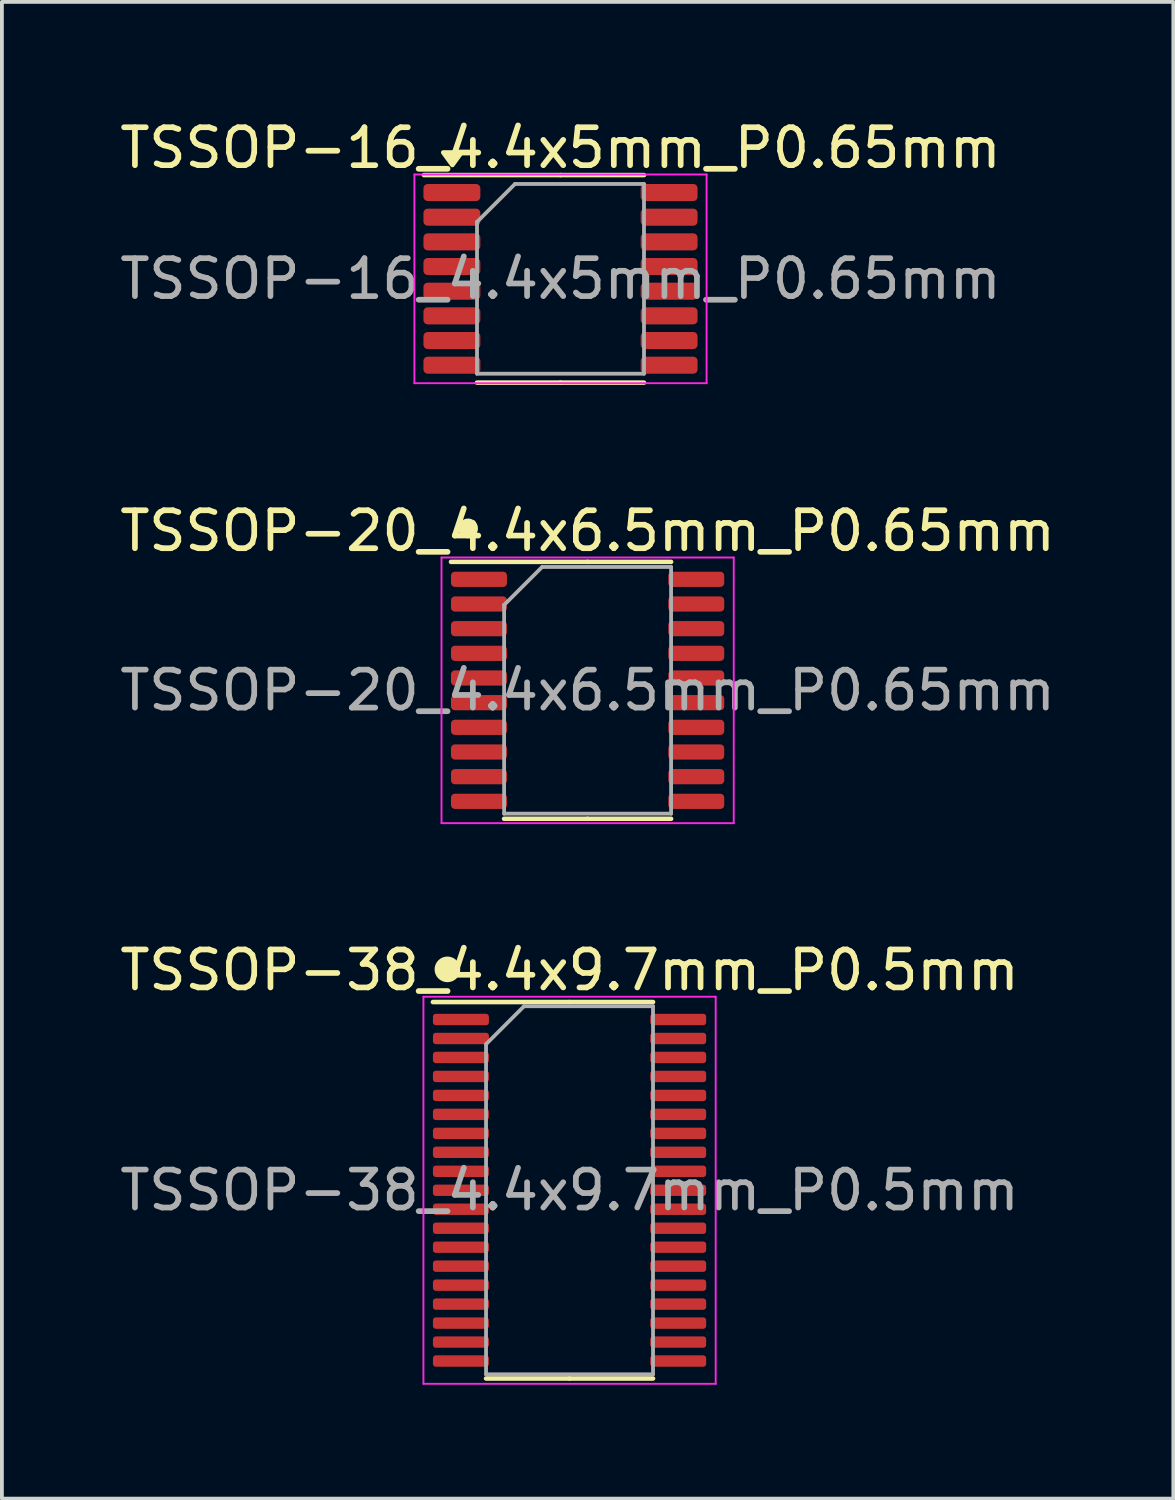
<source format=kicad_pcb>
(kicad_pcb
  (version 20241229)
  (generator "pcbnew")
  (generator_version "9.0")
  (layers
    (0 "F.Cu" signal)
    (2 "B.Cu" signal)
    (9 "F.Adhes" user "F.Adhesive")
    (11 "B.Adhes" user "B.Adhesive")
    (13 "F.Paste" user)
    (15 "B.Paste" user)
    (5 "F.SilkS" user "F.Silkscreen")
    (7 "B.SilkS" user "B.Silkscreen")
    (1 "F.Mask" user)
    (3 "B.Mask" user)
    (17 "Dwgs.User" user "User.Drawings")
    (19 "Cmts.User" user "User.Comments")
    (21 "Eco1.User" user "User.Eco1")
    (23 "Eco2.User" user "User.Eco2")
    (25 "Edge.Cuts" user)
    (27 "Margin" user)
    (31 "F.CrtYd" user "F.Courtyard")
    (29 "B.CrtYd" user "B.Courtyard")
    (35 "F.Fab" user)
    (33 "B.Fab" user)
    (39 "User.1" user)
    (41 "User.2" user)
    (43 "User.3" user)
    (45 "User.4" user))
  (footprint "TSSOP-20_4.4x6.5mm_P0.65mm"
    (layer "F.Cu")
    (at 9.572 12.216)
    (property "Reference" "TSSOP-20_4.4x6.5mm_P0.65mm" (at 2.862 -1.275 0) (layer "F.SilkS") (effects (font (size 1 1) (thickness 0.15))))
    (attr smd)
    (fp_line (start 2.862 -0.46) (end -0.738 -0.46) (stroke (width 0.12) (type solid)) (layer "F.SilkS"))
    (fp_line (start 2.862 -0.46) (end 5.062 -0.46) (stroke (width 0.12) (type solid)) (layer "F.SilkS"))
    (fp_line (start 2.862 6.31) (end 0.662 6.31) (stroke (width 0.12) (type solid)) (layer "F.SilkS"))
    (fp_line (start 2.862 6.31) (end 5.062 6.31) (stroke (width 0.12) (type solid)) (layer "F.SilkS"))
    (fp_circle (center -0.287 -1.342) (end -0.087 -1.342) (stroke (width 0.12) (type solid)) (fill yes) (layer "F.SilkS"))
    (fp_line (start -0.988 -0.575) (end -0.988 6.425) (stroke (width 0.05) (type solid)) (layer "F.CrtYd"))
    (fp_line (start -0.988 6.425) (end 6.713 6.425) (stroke (width 0.05) (type solid)) (layer "F.CrtYd"))
    (fp_line (start 6.713 -0.575) (end -0.988 -0.575) (stroke (width 0.05) (type solid)) (layer "F.CrtYd"))
    (fp_line (start 6.713 6.425) (end 6.713 -0.575) (stroke (width 0.05) (type solid)) (layer "F.CrtYd"))
    (fp_line (start 0.662 0.675) (end 1.663 -0.325) (stroke (width 0.1) (type solid)) (layer "F.Fab"))
    (fp_line (start 0.662 6.175) (end 0.662 0.675) (stroke (width 0.1) (type solid)) (layer "F.Fab"))
    (fp_line (start 1.663 -0.325) (end 5.062 -0.325) (stroke (width 0.1) (type solid)) (layer "F.Fab"))
    (fp_line (start 5.062 -0.325) (end 5.062 6.175) (stroke (width 0.1) (type solid)) (layer "F.Fab"))
    (fp_line (start 5.062 6.175) (end 0.662 6.175) (stroke (width 0.1) (type solid)) (layer "F.Fab"))
    (fp_text user "${REFERENCE}" (at 2.862 2.925 0) (layer "F.Fab") (effects (font (size 1 1) (thickness 0.15))))
    (pad "1" smd roundrect (at 0 0) (size 1.475 0.4) (layers "F.Cu" "F.Mask" "F.Paste") (roundrect_rratio 0.25))
    (pad "2" smd roundrect (at 0 0.65) (size 1.475 0.4) (layers "F.Cu" "F.Mask" "F.Paste") (roundrect_rratio 0.25))
    (pad "3" smd roundrect (at 0 1.3) (size 1.475 0.4) (layers "F.Cu" "F.Mask" "F.Paste") (roundrect_rratio 0.25))
    (pad "4" smd roundrect (at 0 1.95) (size 1.475 0.4) (layers "F.Cu" "F.Mask" "F.Paste") (roundrect_rratio 0.25))
    (pad "5" smd roundrect (at 0 2.6) (size 1.475 0.4) (layers "F.Cu" "F.Mask" "F.Paste") (roundrect_rratio 0.25))
    (pad "6" smd roundrect (at 0 3.25) (size 1.475 0.4) (layers "F.Cu" "F.Mask" "F.Paste") (roundrect_rratio 0.25))
    (pad "7" smd roundrect (at 0 3.9) (size 1.475 0.4) (layers "F.Cu" "F.Mask" "F.Paste") (roundrect_rratio 0.25))
    (pad "8" smd roundrect (at 0 4.55) (size 1.475 0.4) (layers "F.Cu" "F.Mask" "F.Paste") (roundrect_rratio 0.25))
    (pad "9" smd roundrect (at 0 5.2) (size 1.475 0.4) (layers "F.Cu" "F.Mask" "F.Paste") (roundrect_rratio 0.25))
    (pad "10" smd roundrect (at 0 5.85) (size 1.475 0.4) (layers "F.Cu" "F.Mask" "F.Paste") (roundrect_rratio 0.25))
    (pad "11" smd roundrect (at 5.725 5.85) (size 1.475 0.4) (layers "F.Cu" "F.Mask" "F.Paste") (roundrect_rratio 0.25))
    (pad "12" smd roundrect (at 5.725 5.2) (size 1.475 0.4) (layers "F.Cu" "F.Mask" "F.Paste") (roundrect_rratio 0.25))
    (pad "13" smd roundrect (at 5.725 4.55) (size 1.475 0.4) (layers "F.Cu" "F.Mask" "F.Paste") (roundrect_rratio 0.25))
    (pad "14" smd roundrect (at 5.725 3.9) (size 1.475 0.4) (layers "F.Cu" "F.Mask" "F.Paste") (roundrect_rratio 0.25))
    (pad "15" smd roundrect (at 5.725 3.25) (size 1.475 0.4) (layers "F.Cu" "F.Mask" "F.Paste") (roundrect_rratio 0.25))
    (pad "16" smd roundrect (at 5.725 2.6) (size 1.475 0.4) (layers "F.Cu" "F.Mask" "F.Paste") (roundrect_rratio 0.25))
    (pad "17" smd roundrect (at 5.725 1.95) (size 1.475 0.4) (layers "F.Cu" "F.Mask" "F.Paste") (roundrect_rratio 0.25))
    (pad "18" smd roundrect (at 5.725 1.3) (size 1.475 0.4) (layers "F.Cu" "F.Mask" "F.Paste") (roundrect_rratio 0.25))
    (pad "19" smd roundrect (at 5.725 0.65) (size 1.475 0.4) (layers "F.Cu" "F.Mask" "F.Paste") (roundrect_rratio 0.25))
    (pad "20" smd roundrect (at 5.725 0) (size 1.475 0.4) (layers "F.Cu" "F.Mask" "F.Paste") (roundrect_rratio 0.25)))
  (footprint "TSSOP-16_4.4x5mm_P0.65mm"
    (layer "F.Cu")
    (at 11.72 4.298)
    (property "Reference" "TSSOP-16_4.4x5mm_P0.65mm" (at 0 -3.45 0) (layer "F.SilkS") (effects (font (size 1 1) (thickness 0.15))))
    (attr smd)
    (fp_line (start 0 -2.735) (end -3.6 -2.735) (stroke (width 0.12) (type solid)) (layer "F.SilkS"))
    (fp_line (start 0 -2.735) (end 2.2 -2.735) (stroke (width 0.12) (type solid)) (layer "F.SilkS"))
    (fp_line (start 0 2.735) (end -2.2 2.735) (stroke (width 0.12) (type solid)) (layer "F.SilkS"))
    (fp_line (start 0 2.735) (end 2.2 2.735) (stroke (width 0.12) (type solid)) (layer "F.SilkS"))
    (fp_poly (pts (xy -2.85 -3) (xy -3.09 -3.33) (xy -2.61 -3.33) (xy -2.85 -3)) (stroke (width 0.12) (type solid)) (fill yes) (layer "F.SilkS"))
    (fp_line (start -3.85 -2.75) (end -3.85 2.75) (stroke (width 0.05) (type solid)) (layer "F.CrtYd"))
    (fp_line (start -3.85 2.75) (end 3.85 2.75) (stroke (width 0.05) (type solid)) (layer "F.CrtYd"))
    (fp_line (start 3.85 -2.75) (end -3.85 -2.75) (stroke (width 0.05) (type solid)) (layer "F.CrtYd"))
    (fp_line (start 3.85 2.75) (end 3.85 -2.75) (stroke (width 0.05) (type solid)) (layer "F.CrtYd"))
    (fp_line (start -2.2 -1.5) (end -1.2 -2.5) (stroke (width 0.1) (type solid)) (layer "F.Fab"))
    (fp_line (start -2.2 2.5) (end -2.2 -1.5) (stroke (width 0.1) (type solid)) (layer "F.Fab"))
    (fp_line (start -1.2 -2.5) (end 2.2 -2.5) (stroke (width 0.1) (type solid)) (layer "F.Fab"))
    (fp_line (start 2.2 -2.5) (end 2.2 2.5) (stroke (width 0.1) (type solid)) (layer "F.Fab"))
    (fp_line (start 2.2 2.5) (end -2.2 2.5) (stroke (width 0.1) (type solid)) (layer "F.Fab"))
    (fp_text user "${REFERENCE}" (at 0 0 0) (layer "F.Fab") (effects (font (size 1 1) (thickness 0.15))))
    (pad "1" smd roundrect (at -2.862 -2.275) (size 1.5 0.45) (layers "F.Cu" "F.Mask" "F.Paste") (roundrect_rratio 0.25))
    (pad "2" smd roundrect (at -2.862 -1.625) (size 1.5 0.45) (layers "F.Cu" "F.Mask" "F.Paste") (roundrect_rratio 0.25))
    (pad "3" smd roundrect (at -2.862 -0.975) (size 1.5 0.45) (layers "F.Cu" "F.Mask" "F.Paste") (roundrect_rratio 0.25))
    (pad "4" smd roundrect (at -2.862 -0.325) (size 1.5 0.45) (layers "F.Cu" "F.Mask" "F.Paste") (roundrect_rratio 0.25))
    (pad "5" smd roundrect (at -2.862 0.325) (size 1.5 0.45) (layers "F.Cu" "F.Mask" "F.Paste") (roundrect_rratio 0.25))
    (pad "6" smd roundrect (at -2.862 0.975) (size 1.5 0.45) (layers "F.Cu" "F.Mask" "F.Paste") (roundrect_rratio 0.25))
    (pad "7" smd roundrect (at -2.862 1.625) (size 1.5 0.45) (layers "F.Cu" "F.Mask" "F.Paste") (roundrect_rratio 0.25))
    (pad "8" smd roundrect (at -2.862 2.275) (size 1.5 0.45) (layers "F.Cu" "F.Mask" "F.Paste") (roundrect_rratio 0.25))
    (pad "9" smd roundrect (at 2.862 2.275) (size 1.5 0.45) (layers "F.Cu" "F.Mask" "F.Paste") (roundrect_rratio 0.25))
    (pad "10" smd roundrect (at 2.862 1.625) (size 1.5 0.45) (layers "F.Cu" "F.Mask" "F.Paste") (roundrect_rratio 0.25))
    (pad "11" smd roundrect (at 2.862 0.975) (size 1.5 0.45) (layers "F.Cu" "F.Mask" "F.Paste") (roundrect_rratio 0.25))
    (pad "12" smd roundrect (at 2.862 0.325) (size 1.5 0.45) (layers "F.Cu" "F.Mask" "F.Paste") (roundrect_rratio 0.25))
    (pad "13" smd roundrect (at 2.862 -0.325) (size 1.5 0.45) (layers "F.Cu" "F.Mask" "F.Paste") (roundrect_rratio 0.25))
    (pad "14" smd roundrect (at 2.862 -0.975) (size 1.5 0.45) (layers "F.Cu" "F.Mask" "F.Paste") (roundrect_rratio 0.25))
    (pad "15" smd roundrect (at 2.862 -1.625) (size 1.5 0.45) (layers "F.Cu" "F.Mask" "F.Paste") (roundrect_rratio 0.25))
    (pad "16" smd roundrect (at 2.862 -2.275) (size 1.5 0.45) (layers "F.Cu" "F.Mask" "F.Paste") (roundrect_rratio 0.25)))
  (footprint "TSSOP-38_4.4x9.7mm_P0.5mm"
    (layer "F.Cu")
    (at 9.096 23.815)
    (property "Reference" "TSSOP-38_4.4x9.7mm_P0.5mm" (at 2.862 -1.3 0) (layer "F.SilkS") (effects (font (size 1 1) (thickness 0.15))))
    (attr smd)
    (fp_line (start 2.862 -0.46) (end -0.738 -0.46) (stroke (width 0.12) (type solid)) (layer "F.SilkS"))
    (fp_line (start 2.862 -0.46) (end 5.062 -0.46) (stroke (width 0.12) (type solid)) (layer "F.SilkS"))
    (fp_line (start 2.862 9.46) (end 0.662 9.46) (stroke (width 0.12) (type solid)) (layer "F.SilkS"))
    (fp_line (start 2.862 9.46) (end 5.062 9.46) (stroke (width 0.12) (type solid)) (layer "F.SilkS"))
    (fp_circle (center -0.356 -1.321) (end -0.078 -1.321) (stroke (width 0.12) (type solid)) (fill yes) (layer "F.SilkS"))
    (fp_line (start -0.988 -0.6) (end -0.988 9.6) (stroke (width 0.05) (type solid)) (layer "F.CrtYd"))
    (fp_line (start -0.988 9.6) (end 6.713 9.6) (stroke (width 0.05) (type solid)) (layer "F.CrtYd"))
    (fp_line (start 6.713 -0.6) (end -0.988 -0.6) (stroke (width 0.05) (type solid)) (layer "F.CrtYd"))
    (fp_line (start 6.713 9.6) (end 6.713 -0.6) (stroke (width 0.05) (type solid)) (layer "F.CrtYd"))
    (fp_line (start 0.662 0.65) (end 1.663 -0.35) (stroke (width 0.1) (type solid)) (layer "F.Fab"))
    (fp_line (start 0.662 9.35) (end 0.662 0.65) (stroke (width 0.1) (type solid)) (layer "F.Fab"))
    (fp_line (start 1.663 -0.35) (end 5.062 -0.35) (stroke (width 0.1) (type solid)) (layer "F.Fab"))
    (fp_line (start 5.062 -0.35) (end 5.062 9.35) (stroke (width 0.1) (type solid)) (layer "F.Fab"))
    (fp_line (start 5.062 9.35) (end 0.662 9.35) (stroke (width 0.1) (type solid)) (layer "F.Fab"))
    (fp_text user "${REFERENCE}" (at 2.862 4.5 0) (layer "F.Fab") (effects (font (size 1 1) (thickness 0.15))))
    (pad "1" smd roundrect (at 0 0) (size 1.475 0.3) (layers "F.Cu" "F.Mask" "F.Paste") (roundrect_rratio 0.25))
    (pad "2" smd roundrect (at 0 0.5) (size 1.475 0.3) (layers "F.Cu" "F.Mask" "F.Paste") (roundrect_rratio 0.25))
    (pad "3" smd roundrect (at 0 1) (size 1.475 0.3) (layers "F.Cu" "F.Mask" "F.Paste") (roundrect_rratio 0.25))
    (pad "4" smd roundrect (at 0 1.5) (size 1.475 0.3) (layers "F.Cu" "F.Mask" "F.Paste") (roundrect_rratio 0.25))
    (pad "5" smd roundrect (at 0 2) (size 1.475 0.3) (layers "F.Cu" "F.Mask" "F.Paste") (roundrect_rratio 0.25))
    (pad "6" smd roundrect (at 0 2.5) (size 1.475 0.3) (layers "F.Cu" "F.Mask" "F.Paste") (roundrect_rratio 0.25))
    (pad "7" smd roundrect (at 0 3) (size 1.475 0.3) (layers "F.Cu" "F.Mask" "F.Paste") (roundrect_rratio 0.25))
    (pad "8" smd roundrect (at 0 3.5) (size 1.475 0.3) (layers "F.Cu" "F.Mask" "F.Paste") (roundrect_rratio 0.25))
    (pad "9" smd roundrect (at 0 4) (size 1.475 0.3) (layers "F.Cu" "F.Mask" "F.Paste") (roundrect_rratio 0.25))
    (pad "10" smd roundrect (at 0 4.5) (size 1.475 0.3) (layers "F.Cu" "F.Mask" "F.Paste") (roundrect_rratio 0.25))
    (pad "11" smd roundrect (at 0 5) (size 1.475 0.3) (layers "F.Cu" "F.Mask" "F.Paste") (roundrect_rratio 0.25))
    (pad "12" smd roundrect (at 0 5.5) (size 1.475 0.3) (layers "F.Cu" "F.Mask" "F.Paste") (roundrect_rratio 0.25))
    (pad "13" smd roundrect (at 0 6) (size 1.475 0.3) (layers "F.Cu" "F.Mask" "F.Paste") (roundrect_rratio 0.25))
    (pad "14" smd roundrect (at 0 6.5) (size 1.475 0.3) (layers "F.Cu" "F.Mask" "F.Paste") (roundrect_rratio 0.25))
    (pad "15" smd roundrect (at 0 7) (size 1.475 0.3) (layers "F.Cu" "F.Mask" "F.Paste") (roundrect_rratio 0.25))
    (pad "16" smd roundrect (at 0 7.5) (size 1.475 0.3) (layers "F.Cu" "F.Mask" "F.Paste") (roundrect_rratio 0.25))
    (pad "17" smd roundrect (at 0 8) (size 1.475 0.3) (layers "F.Cu" "F.Mask" "F.Paste") (roundrect_rratio 0.25))
    (pad "18" smd roundrect (at 0 8.5) (size 1.475 0.3) (layers "F.Cu" "F.Mask" "F.Paste") (roundrect_rratio 0.25))
    (pad "19" smd roundrect (at 0 9) (size 1.475 0.3) (layers "F.Cu" "F.Mask" "F.Paste") (roundrect_rratio 0.25))
    (pad "20" smd roundrect (at 5.725 9) (size 1.475 0.3) (layers "F.Cu" "F.Mask" "F.Paste") (roundrect_rratio 0.25))
    (pad "21" smd roundrect (at 5.725 8.5) (size 1.475 0.3) (layers "F.Cu" "F.Mask" "F.Paste") (roundrect_rratio 0.25))
    (pad "22" smd roundrect (at 5.725 8) (size 1.475 0.3) (layers "F.Cu" "F.Mask" "F.Paste") (roundrect_rratio 0.25))
    (pad "23" smd roundrect (at 5.725 7.5) (size 1.475 0.3) (layers "F.Cu" "F.Mask" "F.Paste") (roundrect_rratio 0.25))
    (pad "24" smd roundrect (at 5.725 7) (size 1.475 0.3) (layers "F.Cu" "F.Mask" "F.Paste") (roundrect_rratio 0.25))
    (pad "25" smd roundrect (at 5.725 6.5) (size 1.475 0.3) (layers "F.Cu" "F.Mask" "F.Paste") (roundrect_rratio 0.25))
    (pad "26" smd roundrect (at 5.725 6) (size 1.475 0.3) (layers "F.Cu" "F.Mask" "F.Paste") (roundrect_rratio 0.25))
    (pad "27" smd roundrect (at 5.725 5.5) (size 1.475 0.3) (layers "F.Cu" "F.Mask" "F.Paste") (roundrect_rratio 0.25))
    (pad "28" smd roundrect (at 5.725 5) (size 1.475 0.3) (layers "F.Cu" "F.Mask" "F.Paste") (roundrect_rratio 0.25))
    (pad "29" smd roundrect (at 5.725 4.5) (size 1.475 0.3) (layers "F.Cu" "F.Mask" "F.Paste") (roundrect_rratio 0.25))
    (pad "30" smd roundrect (at 5.725 4) (size 1.475 0.3) (layers "F.Cu" "F.Mask" "F.Paste") (roundrect_rratio 0.25))
    (pad "31" smd roundrect (at 5.725 3.5) (size 1.475 0.3) (layers "F.Cu" "F.Mask" "F.Paste") (roundrect_rratio 0.25))
    (pad "32" smd roundrect (at 5.725 3) (size 1.475 0.3) (layers "F.Cu" "F.Mask" "F.Paste") (roundrect_rratio 0.25))
    (pad "33" smd roundrect (at 5.725 2.5) (size 1.475 0.3) (layers "F.Cu" "F.Mask" "F.Paste") (roundrect_rratio 0.25))
    (pad "34" smd roundrect (at 5.725 2) (size 1.475 0.3) (layers "F.Cu" "F.Mask" "F.Paste") (roundrect_rratio 0.25))
    (pad "35" smd roundrect (at 5.725 1.5) (size 1.475 0.3) (layers "F.Cu" "F.Mask" "F.Paste") (roundrect_rratio 0.25))
    (pad "36" smd roundrect (at 5.725 1) (size 1.475 0.3) (layers "F.Cu" "F.Mask" "F.Paste") (roundrect_rratio 0.25))
    (pad "37" smd roundrect (at 5.725 0.5) (size 1.475 0.3) (layers "F.Cu" "F.Mask" "F.Paste") (roundrect_rratio 0.25))
    (pad "38" smd roundrect (at 5.725 0) (size 1.475 0.3) (layers "F.Cu" "F.Mask" "F.Paste") (roundrect_rratio 0.25)))
  (gr_rect
    (start -3 -3)
    (end 27.869 36.44)
    (stroke (width 0.1) (type default))
    (fill no)
    (layer "Edge.Cuts")))
</source>
